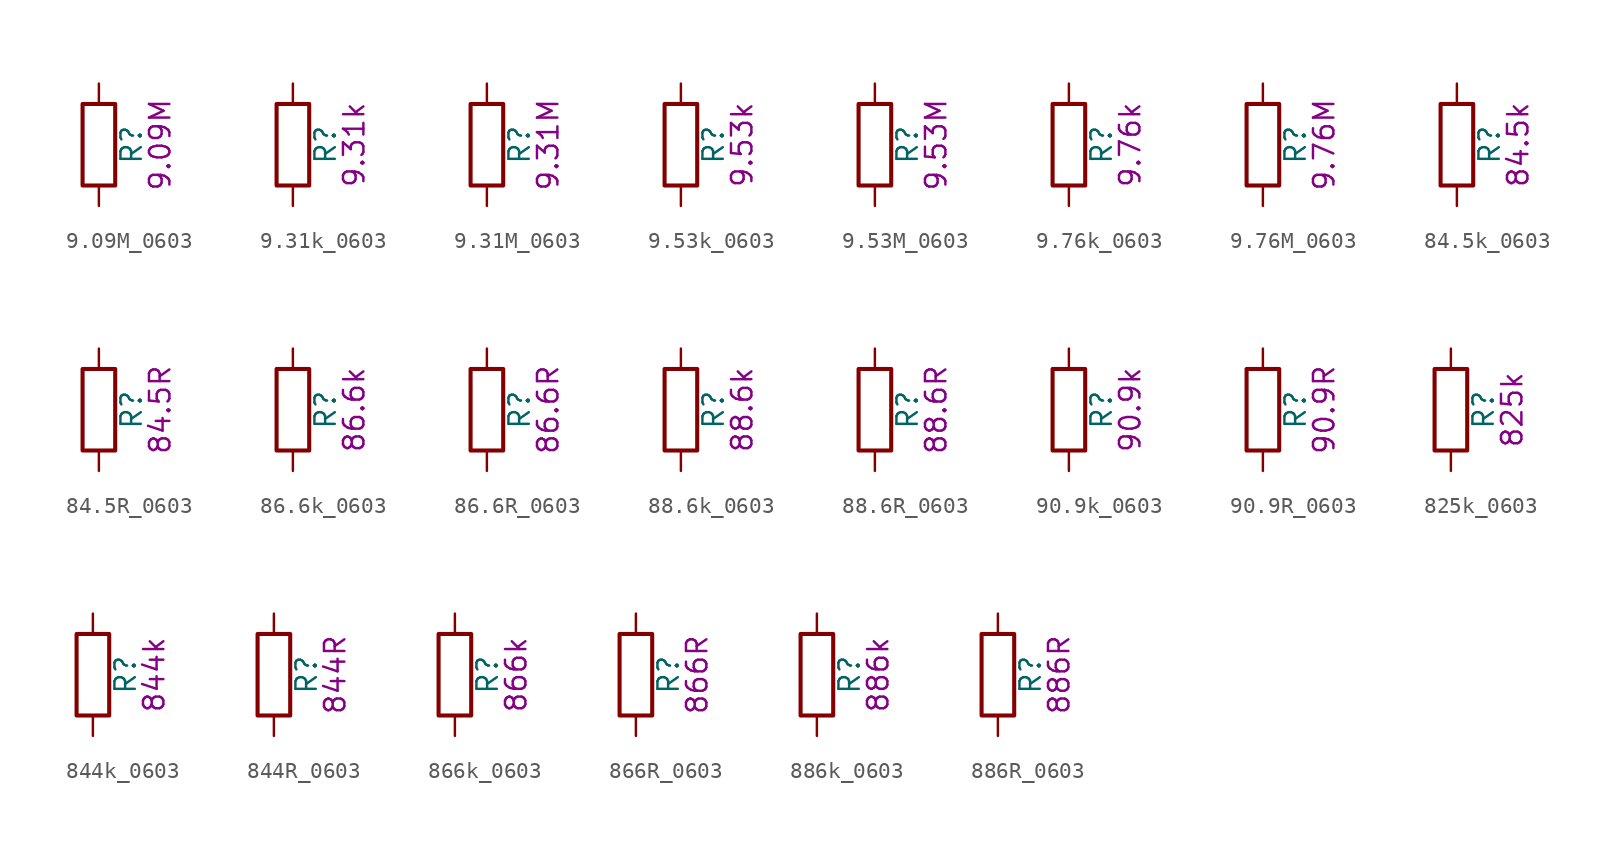
<source format=kicad_sym>
(kicad_symbol_lib
  (version 20211014)
  (generator kicad_symbol_editor)
  (symbol "9.09M_0603"
    (pin_numbers hide)
    (pin_names
      (offset 0))
    (property "Reference" "R"
      (at 2.032 0 90)
      (effects (font (size 1.27 1.27))))
    (property "Display" "9.09M"
      (at 3.81 0 90)
      (effects (font (size 1.27 1.27))))
    (symbol "9.09M_0603_0_1"
      (rectangle (start -1.016 -2.54) (end 1.016 2.54) (stroke (width 0.254) (type default) (color 0 0 0 0)) (fill (type none))))
    (symbol "9.09M_0603_1_1"
      (pin passive line (at 0 3.81 270) (length 1.27) (name "~" (effects (font (size 1.27 1.27)))) (number "1" (effects (font (size 1.27 1.27)))))
      (pin passive line (at 0 -3.81 90) (length 1.27) (name "~" (effects (font (size 1.27 1.27)))) (number "2" (effects (font (size 1.27 1.27)))))))
  (symbol "9.31k_0603"
    (pin_numbers hide)
    (pin_names
      (offset 0))
    (property "Reference" "R"
      (at 2.032 0 90)
      (effects (font (size 1.27 1.27))))
    (property "Display" "9.31k"
      (at 3.81 0 90)
      (effects (font (size 1.27 1.27))))
    (symbol "9.31k_0603_0_1"
      (rectangle (start -1.016 -2.54) (end 1.016 2.54) (stroke (width 0.254) (type default) (color 0 0 0 0)) (fill (type none))))
    (symbol "9.31k_0603_1_1"
      (pin passive line (at 0 3.81 270) (length 1.27) (name "~" (effects (font (size 1.27 1.27)))) (number "1" (effects (font (size 1.27 1.27)))))
      (pin passive line (at 0 -3.81 90) (length 1.27) (name "~" (effects (font (size 1.27 1.27)))) (number "2" (effects (font (size 1.27 1.27)))))))
  (symbol "9.31M_0603"
    (pin_numbers hide)
    (pin_names
      (offset 0))
    (property "Reference" "R"
      (at 2.032 0 90)
      (effects (font (size 1.27 1.27))))
    (property "Display" "9.31M"
      (at 3.81 0 90)
      (effects (font (size 1.27 1.27))))
    (symbol "9.31M_0603_0_1"
      (rectangle (start -1.016 -2.54) (end 1.016 2.54) (stroke (width 0.254) (type default) (color 0 0 0 0)) (fill (type none))))
    (symbol "9.31M_0603_1_1"
      (pin passive line (at 0 3.81 270) (length 1.27) (name "~" (effects (font (size 1.27 1.27)))) (number "1" (effects (font (size 1.27 1.27)))))
      (pin passive line (at 0 -3.81 90) (length 1.27) (name "~" (effects (font (size 1.27 1.27)))) (number "2" (effects (font (size 1.27 1.27)))))))
  (symbol "9.53k_0603"
    (pin_numbers hide)
    (pin_names
      (offset 0))
    (property "Reference" "R"
      (at 2.032 0 90)
      (effects (font (size 1.27 1.27))))
    (property "Display" "9.53k"
      (at 3.81 0 90)
      (effects (font (size 1.27 1.27))))
    (symbol "9.53k_0603_0_1"
      (rectangle (start -1.016 -2.54) (end 1.016 2.54) (stroke (width 0.254) (type default) (color 0 0 0 0)) (fill (type none))))
    (symbol "9.53k_0603_1_1"
      (pin passive line (at 0 3.81 270) (length 1.27) (name "~" (effects (font (size 1.27 1.27)))) (number "1" (effects (font (size 1.27 1.27)))))
      (pin passive line (at 0 -3.81 90) (length 1.27) (name "~" (effects (font (size 1.27 1.27)))) (number "2" (effects (font (size 1.27 1.27)))))))
  (symbol "9.53M_0603"
    (pin_numbers hide)
    (pin_names
      (offset 0))
    (property "Reference" "R"
      (at 2.032 0 90)
      (effects (font (size 1.27 1.27))))
    (property "Display" "9.53M"
      (at 3.81 0 90)
      (effects (font (size 1.27 1.27))))
    (symbol "9.53M_0603_0_1"
      (rectangle (start -1.016 -2.54) (end 1.016 2.54) (stroke (width 0.254) (type default) (color 0 0 0 0)) (fill (type none))))
    (symbol "9.53M_0603_1_1"
      (pin passive line (at 0 3.81 270) (length 1.27) (name "~" (effects (font (size 1.27 1.27)))) (number "1" (effects (font (size 1.27 1.27)))))
      (pin passive line (at 0 -3.81 90) (length 1.27) (name "~" (effects (font (size 1.27 1.27)))) (number "2" (effects (font (size 1.27 1.27)))))))
  (symbol "9.76k_0603"
    (pin_numbers hide)
    (pin_names
      (offset 0))
    (property "Reference" "R"
      (at 2.032 0 90)
      (effects (font (size 1.27 1.27))))
    (property "Display" "9.76k"
      (at 3.81 0 90)
      (effects (font (size 1.27 1.27))))
    (symbol "9.76k_0603_0_1"
      (rectangle (start -1.016 -2.54) (end 1.016 2.54) (stroke (width 0.254) (type default) (color 0 0 0 0)) (fill (type none))))
    (symbol "9.76k_0603_1_1"
      (pin passive line (at 0 3.81 270) (length 1.27) (name "~" (effects (font (size 1.27 1.27)))) (number "1" (effects (font (size 1.27 1.27)))))
      (pin passive line (at 0 -3.81 90) (length 1.27) (name "~" (effects (font (size 1.27 1.27)))) (number "2" (effects (font (size 1.27 1.27)))))))
  (symbol "9.76M_0603"
    (pin_numbers hide)
    (pin_names
      (offset 0))
    (property "Reference" "R"
      (at 2.032 0 90)
      (effects (font (size 1.27 1.27))))
    (property "Display" "9.76M"
      (at 3.81 0 90)
      (effects (font (size 1.27 1.27))))
    (symbol "9.76M_0603_0_1"
      (rectangle (start -1.016 -2.54) (end 1.016 2.54) (stroke (width 0.254) (type default) (color 0 0 0 0)) (fill (type none))))
    (symbol "9.76M_0603_1_1"
      (pin passive line (at 0 3.81 270) (length 1.27) (name "~" (effects (font (size 1.27 1.27)))) (number "1" (effects (font (size 1.27 1.27)))))
      (pin passive line (at 0 -3.81 90) (length 1.27) (name "~" (effects (font (size 1.27 1.27)))) (number "2" (effects (font (size 1.27 1.27)))))))
  (symbol "84.5k_0603"
    (pin_numbers hide)
    (pin_names
      (offset 0))
    (property "Reference" "R"
      (at 2.032 0 90)
      (effects (font (size 1.27 1.27))))
    (property "Display" "84.5k"
      (at 3.81 0 90)
      (effects (font (size 1.27 1.27))))
    (symbol "84.5k_0603_0_1"
      (rectangle (start -1.016 -2.54) (end 1.016 2.54) (stroke (width 0.254) (type default) (color 0 0 0 0)) (fill (type none))))
    (symbol "84.5k_0603_1_1"
      (pin passive line (at 0 3.81 270) (length 1.27) (name "~" (effects (font (size 1.27 1.27)))) (number "1" (effects (font (size 1.27 1.27)))))
      (pin passive line (at 0 -3.81 90) (length 1.27) (name "~" (effects (font (size 1.27 1.27)))) (number "2" (effects (font (size 1.27 1.27)))))))
  (symbol "84.5R_0603"
    (pin_numbers hide)
    (pin_names
      (offset 0))
    (property "Reference" "R"
      (at 2.032 0 90)
      (effects (font (size 1.27 1.27))))
    (property "Display" "84.5R"
      (at 3.81 0 90)
      (effects (font (size 1.27 1.27))))
    (symbol "84.5R_0603_0_1"
      (rectangle (start -1.016 -2.54) (end 1.016 2.54) (stroke (width 0.254) (type default) (color 0 0 0 0)) (fill (type none))))
    (symbol "84.5R_0603_1_1"
      (pin passive line (at 0 3.81 270) (length 1.27) (name "~" (effects (font (size 1.27 1.27)))) (number "1" (effects (font (size 1.27 1.27)))))
      (pin passive line (at 0 -3.81 90) (length 1.27) (name "~" (effects (font (size 1.27 1.27)))) (number "2" (effects (font (size 1.27 1.27)))))))
  (symbol "86.6k_0603"
    (pin_numbers hide)
    (pin_names
      (offset 0))
    (property "Reference" "R"
      (at 2.032 0 90)
      (effects (font (size 1.27 1.27))))
    (property "Display" "86.6k"
      (at 3.81 0 90)
      (effects (font (size 1.27 1.27))))
    (symbol "86.6k_0603_0_1"
      (rectangle (start -1.016 -2.54) (end 1.016 2.54) (stroke (width 0.254) (type default) (color 0 0 0 0)) (fill (type none))))
    (symbol "86.6k_0603_1_1"
      (pin passive line (at 0 3.81 270) (length 1.27) (name "~" (effects (font (size 1.27 1.27)))) (number "1" (effects (font (size 1.27 1.27)))))
      (pin passive line (at 0 -3.81 90) (length 1.27) (name "~" (effects (font (size 1.27 1.27)))) (number "2" (effects (font (size 1.27 1.27)))))))
  (symbol "86.6R_0603"
    (pin_numbers hide)
    (pin_names
      (offset 0))
    (property "Reference" "R"
      (at 2.032 0 90)
      (effects (font (size 1.27 1.27))))
    (property "Display" "86.6R"
      (at 3.81 0 90)
      (effects (font (size 1.27 1.27))))
    (symbol "86.6R_0603_0_1"
      (rectangle (start -1.016 -2.54) (end 1.016 2.54) (stroke (width 0.254) (type default) (color 0 0 0 0)) (fill (type none))))
    (symbol "86.6R_0603_1_1"
      (pin passive line (at 0 3.81 270) (length 1.27) (name "~" (effects (font (size 1.27 1.27)))) (number "1" (effects (font (size 1.27 1.27)))))
      (pin passive line (at 0 -3.81 90) (length 1.27) (name "~" (effects (font (size 1.27 1.27)))) (number "2" (effects (font (size 1.27 1.27)))))))
  (symbol "88.6k_0603"
    (pin_numbers hide)
    (pin_names
      (offset 0))
    (property "Reference" "R"
      (at 2.032 0 90)
      (effects (font (size 1.27 1.27))))
    (property "Display" "88.6k"
      (at 3.81 0 90)
      (effects (font (size 1.27 1.27))))
    (symbol "88.6k_0603_0_1"
      (rectangle (start -1.016 -2.54) (end 1.016 2.54) (stroke (width 0.254) (type default) (color 0 0 0 0)) (fill (type none))))
    (symbol "88.6k_0603_1_1"
      (pin passive line (at 0 3.81 270) (length 1.27) (name "~" (effects (font (size 1.27 1.27)))) (number "1" (effects (font (size 1.27 1.27)))))
      (pin passive line (at 0 -3.81 90) (length 1.27) (name "~" (effects (font (size 1.27 1.27)))) (number "2" (effects (font (size 1.27 1.27)))))))
  (symbol "88.6R_0603"
    (pin_numbers hide)
    (pin_names
      (offset 0))
    (property "Reference" "R"
      (at 2.032 0 90)
      (effects (font (size 1.27 1.27))))
    (property "Display" "88.6R"
      (at 3.81 0 90)
      (effects (font (size 1.27 1.27))))
    (symbol "88.6R_0603_0_1"
      (rectangle (start -1.016 -2.54) (end 1.016 2.54) (stroke (width 0.254) (type default) (color 0 0 0 0)) (fill (type none))))
    (symbol "88.6R_0603_1_1"
      (pin passive line (at 0 3.81 270) (length 1.27) (name "~" (effects (font (size 1.27 1.27)))) (number "1" (effects (font (size 1.27 1.27)))))
      (pin passive line (at 0 -3.81 90) (length 1.27) (name "~" (effects (font (size 1.27 1.27)))) (number "2" (effects (font (size 1.27 1.27)))))))
  (symbol "90.9k_0603"
    (pin_numbers hide)
    (pin_names
      (offset 0))
    (property "Reference" "R"
      (at 2.032 0 90)
      (effects (font (size 1.27 1.27))))
    (property "Display" "90.9k"
      (at 3.81 0 90)
      (effects (font (size 1.27 1.27))))
    (symbol "90.9k_0603_0_1"
      (rectangle (start -1.016 -2.54) (end 1.016 2.54) (stroke (width 0.254) (type default) (color 0 0 0 0)) (fill (type none))))
    (symbol "90.9k_0603_1_1"
      (pin passive line (at 0 3.81 270) (length 1.27) (name "~" (effects (font (size 1.27 1.27)))) (number "1" (effects (font (size 1.27 1.27)))))
      (pin passive line (at 0 -3.81 90) (length 1.27) (name "~" (effects (font (size 1.27 1.27)))) (number "2" (effects (font (size 1.27 1.27)))))))
  (symbol "90.9R_0603"
    (pin_numbers hide)
    (pin_names
      (offset 0))
    (property "Reference" "R"
      (at 2.032 0 90)
      (effects (font (size 1.27 1.27))))
    (property "Display" "90.9R"
      (at 3.81 0 90)
      (effects (font (size 1.27 1.27))))
    (symbol "90.9R_0603_0_1"
      (rectangle (start -1.016 -2.54) (end 1.016 2.54) (stroke (width 0.254) (type default) (color 0 0 0 0)) (fill (type none))))
    (symbol "90.9R_0603_1_1"
      (pin passive line (at 0 3.81 270) (length 1.27) (name "~" (effects (font (size 1.27 1.27)))) (number "1" (effects (font (size 1.27 1.27)))))
      (pin passive line (at 0 -3.81 90) (length 1.27) (name "~" (effects (font (size 1.27 1.27)))) (number "2" (effects (font (size 1.27 1.27)))))))
  (symbol "825k_0603"
    (pin_numbers hide)
    (pin_names
      (offset 0))
    (property "Reference" "R"
      (at 2.032 0 90)
      (effects (font (size 1.27 1.27))))
    (property "Display" "825k"
      (at 3.81 0 90)
      (effects (font (size 1.27 1.27))))
    (symbol "825k_0603_0_1"
      (rectangle (start -1.016 -2.54) (end 1.016 2.54) (stroke (width 0.254) (type default) (color 0 0 0 0)) (fill (type none))))
    (symbol "825k_0603_1_1"
      (pin passive line (at 0 3.81 270) (length 1.27) (name "~" (effects (font (size 1.27 1.27)))) (number "1" (effects (font (size 1.27 1.27)))))
      (pin passive line (at 0 -3.81 90) (length 1.27) (name "~" (effects (font (size 1.27 1.27)))) (number "2" (effects (font (size 1.27 1.27)))))))
  (symbol "844k_0603"
    (pin_numbers hide)
    (pin_names
      (offset 0))
    (property "Reference" "R"
      (at 2.032 0 90)
      (effects (font (size 1.27 1.27))))
    (property "Display" "844k"
      (at 3.81 0 90)
      (effects (font (size 1.27 1.27))))
    (symbol "844k_0603_0_1"
      (rectangle (start -1.016 -2.54) (end 1.016 2.54) (stroke (width 0.254) (type default) (color 0 0 0 0)) (fill (type none))))
    (symbol "844k_0603_1_1"
      (pin passive line (at 0 3.81 270) (length 1.27) (name "~" (effects (font (size 1.27 1.27)))) (number "1" (effects (font (size 1.27 1.27)))))
      (pin passive line (at 0 -3.81 90) (length 1.27) (name "~" (effects (font (size 1.27 1.27)))) (number "2" (effects (font (size 1.27 1.27)))))))
  (symbol "844R_0603"
    (pin_numbers hide)
    (pin_names
      (offset 0))
    (property "Reference" "R"
      (at 2.032 0 90)
      (effects (font (size 1.27 1.27))))
    (property "Display" "844R"
      (at 3.81 0 90)
      (effects (font (size 1.27 1.27))))
    (symbol "844R_0603_0_1"
      (rectangle (start -1.016 -2.54) (end 1.016 2.54) (stroke (width 0.254) (type default) (color 0 0 0 0)) (fill (type none))))
    (symbol "844R_0603_1_1"
      (pin passive line (at 0 3.81 270) (length 1.27) (name "~" (effects (font (size 1.27 1.27)))) (number "1" (effects (font (size 1.27 1.27)))))
      (pin passive line (at 0 -3.81 90) (length 1.27) (name "~" (effects (font (size 1.27 1.27)))) (number "2" (effects (font (size 1.27 1.27)))))))
  (symbol "866k_0603"
    (pin_numbers hide)
    (pin_names
      (offset 0))
    (property "Reference" "R"
      (at 2.032 0 90)
      (effects (font (size 1.27 1.27))))
    (property "Display" "866k"
      (at 3.81 0 90)
      (effects (font (size 1.27 1.27))))
    (symbol "866k_0603_0_1"
      (rectangle (start -1.016 -2.54) (end 1.016 2.54) (stroke (width 0.254) (type default) (color 0 0 0 0)) (fill (type none))))
    (symbol "866k_0603_1_1"
      (pin passive line (at 0 3.81 270) (length 1.27) (name "~" (effects (font (size 1.27 1.27)))) (number "1" (effects (font (size 1.27 1.27)))))
      (pin passive line (at 0 -3.81 90) (length 1.27) (name "~" (effects (font (size 1.27 1.27)))) (number "2" (effects (font (size 1.27 1.27)))))))
  (symbol "866R_0603"
    (pin_numbers hide)
    (pin_names
      (offset 0))
    (property "Reference" "R"
      (at 2.032 0 90)
      (effects (font (size 1.27 1.27))))
    (property "Display" "866R"
      (at 3.81 0 90)
      (effects (font (size 1.27 1.27))))
    (symbol "866R_0603_0_1"
      (rectangle (start -1.016 -2.54) (end 1.016 2.54) (stroke (width 0.254) (type default) (color 0 0 0 0)) (fill (type none))))
    (symbol "866R_0603_1_1"
      (pin passive line (at 0 3.81 270) (length 1.27) (name "~" (effects (font (size 1.27 1.27)))) (number "1" (effects (font (size 1.27 1.27)))))
      (pin passive line (at 0 -3.81 90) (length 1.27) (name "~" (effects (font (size 1.27 1.27)))) (number "2" (effects (font (size 1.27 1.27)))))))
  (symbol "886k_0603"
    (pin_numbers hide)
    (pin_names
      (offset 0))
    (property "Reference" "R"
      (at 2.032 0 90)
      (effects (font (size 1.27 1.27))))
    (property "Display" "886k"
      (at 3.81 0 90)
      (effects (font (size 1.27 1.27))))
    (symbol "886k_0603_0_1"
      (rectangle (start -1.016 -2.54) (end 1.016 2.54) (stroke (width 0.254) (type default) (color 0 0 0 0)) (fill (type none))))
    (symbol "886k_0603_1_1"
      (pin passive line (at 0 3.81 270) (length 1.27) (name "~" (effects (font (size 1.27 1.27)))) (number "1" (effects (font (size 1.27 1.27)))))
      (pin passive line (at 0 -3.81 90) (length 1.27) (name "~" (effects (font (size 1.27 1.27)))) (number "2" (effects (font (size 1.27 1.27)))))))
  (symbol "886R_0603"
    (pin_numbers hide)
    (pin_names
      (offset 0))
    (property "Reference" "R"
      (at 2.032 0 90)
      (effects (font (size 1.27 1.27))))
    (property "Display" "886R"
      (at 3.81 0 90)
      (effects (font (size 1.27 1.27))))
    (symbol "886R_0603_0_1"
      (rectangle (start -1.016 -2.54) (end 1.016 2.54) (stroke (width 0.254) (type default) (color 0 0 0 0)) (fill (type none))))
    (symbol "886R_0603_1_1"
      (pin passive line (at 0 3.81 270) (length 1.27) (name "~" (effects (font (size 1.27 1.27)))) (number "1" (effects (font (size 1.27 1.27)))))
      (pin passive line (at 0 -3.81 90) (length 1.27) (name "~" (effects (font (size 1.27 1.27)))) (number "2" (effects (font (size 1.27 1.27))))))))
</source>
